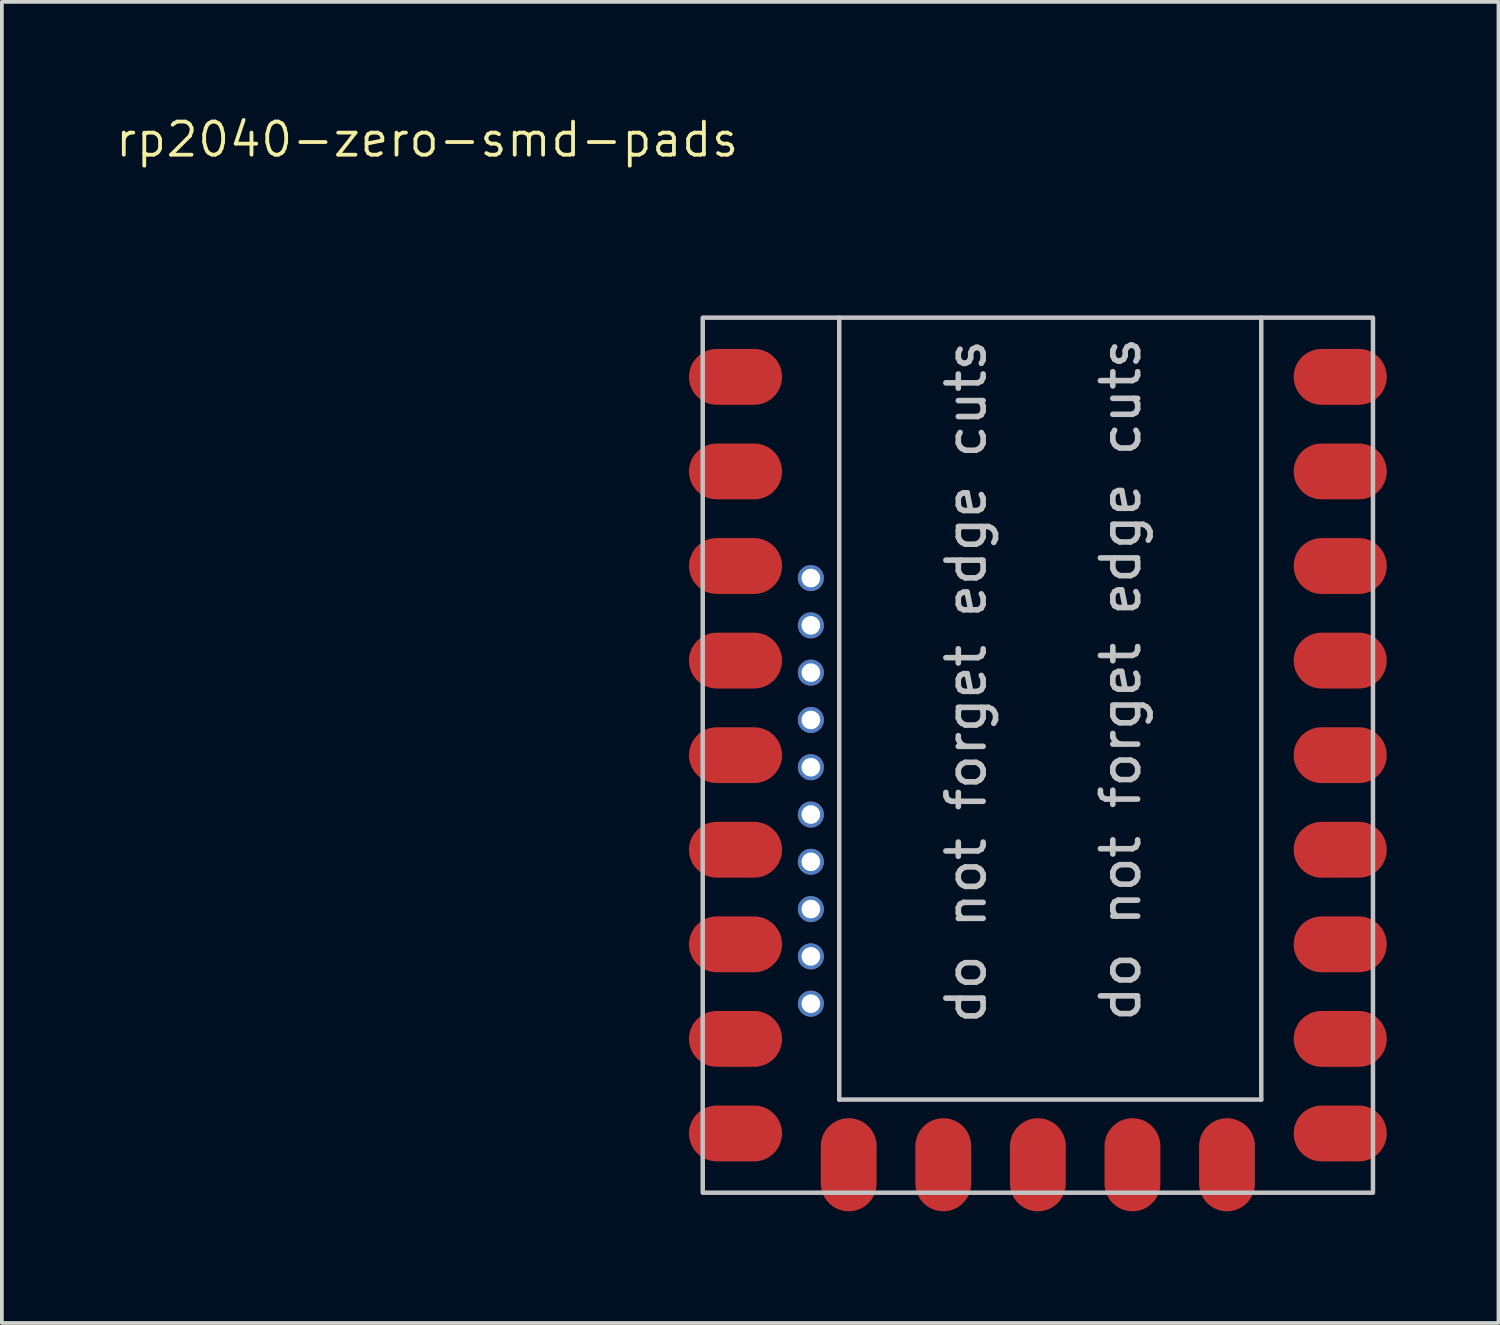
<source format=kicad_pcb>
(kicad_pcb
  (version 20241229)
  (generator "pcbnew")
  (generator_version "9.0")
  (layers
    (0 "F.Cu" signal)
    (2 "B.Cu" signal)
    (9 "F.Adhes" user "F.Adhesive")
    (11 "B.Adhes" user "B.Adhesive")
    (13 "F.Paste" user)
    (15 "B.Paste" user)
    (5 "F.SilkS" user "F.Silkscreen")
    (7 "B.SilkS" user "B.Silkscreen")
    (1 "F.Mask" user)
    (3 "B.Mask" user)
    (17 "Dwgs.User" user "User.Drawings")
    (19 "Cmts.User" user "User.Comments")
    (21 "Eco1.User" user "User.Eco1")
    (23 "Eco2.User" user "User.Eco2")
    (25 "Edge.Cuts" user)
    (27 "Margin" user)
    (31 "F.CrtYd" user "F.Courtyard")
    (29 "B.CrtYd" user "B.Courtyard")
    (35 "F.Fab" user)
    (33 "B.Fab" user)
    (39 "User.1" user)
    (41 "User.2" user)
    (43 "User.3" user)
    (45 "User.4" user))
  (footprint "rp2040-zero-smd-pads"
    (layer "F.Cu")
    (at 24.823 17.231)
    (property "Reference" "rp2040-zero-smd-pads" (at -16.399 -16.533 0) (layer "F.SilkS") (effects (font (size 0.889 0.889) (thickness 0.102))))
    (attr smd exclude_from_pos_files)
    (fp_line (start -5.334 -11.75) (end -5.334 9.25) (stroke (width 0.12) (type solid)) (layer "Dwgs.User"))
    (fp_line (start -5.334 9.25) (end 6 9.25) (stroke (width 0.12) (type solid)) (layer "Dwgs.User"))
    (fp_line (start 6 9.25) (end 6 -11.75) (stroke (width 0.12) (type solid)) (layer "Dwgs.User"))
    (fp_rect (start -9 -11.75) (end 9 11.75) (stroke (width 0.12) (type solid)) (fill no) (layer "Dwgs.User"))
    (fp_text user "do not forget edge cuts" (at 2.81 7.23 90) (unlocked yes) (layer "Dwgs.User") (effects (font (size 1 1) (thickness 0.15)) (justify left bottom)))
    (fp_text user "do not forget edge cuts" (at -1.34 7.29 90) (unlocked yes) (layer "Dwgs.User") (effects (font (size 1 1) (thickness 0.15)) (justify left bottom)))
    (pad "1" smd oval (at 7.62 -10.16 180) (size 2.5 1.5) (drill (offset -0.5 0)) (layers "F.Cu" "F.Mask" "F.Paste"))
    (pad "2" smd oval (at 7.62 -7.62 180) (size 2.5 1.5) (drill (offset -0.5 0)) (layers "F.Cu" "F.Mask" "F.Paste"))
    (pad "3" smd oval (at 7.62 -5.08 180) (size 2.5 1.5) (drill (offset -0.5 0)) (layers "F.Cu" "F.Mask" "F.Paste"))
    (pad "4" smd oval (at 7.62 -2.54 180) (size 2.5 1.5) (drill (offset -0.5 0)) (layers "F.Cu" "F.Mask" "F.Paste"))
    (pad "5" smd oval (at 7.62 0 180) (size 2.5 1.5) (drill (offset -0.5 0)) (layers "F.Cu" "F.Mask" "F.Paste"))
    (pad "6" smd oval (at 7.62 2.54 180) (size 2.5 1.5) (drill (offset -0.5 0)) (layers "F.Cu" "F.Mask" "F.Paste"))
    (pad "7" smd oval (at 7.62 5.08 180) (size 2.5 1.5) (drill (offset -0.5 0)) (layers "F.Cu" "F.Mask" "F.Paste"))
    (pad "8" smd oval (at 7.62 7.62 180) (size 2.5 1.5) (drill (offset -0.5 0)) (layers "F.Cu" "F.Mask" "F.Paste"))
    (pad "9" smd oval (at 7.62 10.16 180) (size 2.5 1.5) (drill (offset -0.5 0)) (layers "F.Cu" "F.Mask" "F.Paste"))
    (pad "10" smd oval (at 5.08 10.5 90) (size 2.5 1.5) (drill (offset -0.5 0)) (layers "F.Cu" "F.Mask" "F.Paste"))
    (pad "11" smd oval (at 2.54 10.5 90) (size 2.5 1.5) (drill (offset -0.5 0)) (layers "F.Cu" "F.Mask" "F.Paste"))
    (pad "12" smd oval (at 0 10.5 90) (size 2.5 1.5) (drill (offset -0.5 0)) (layers "F.Cu" "F.Mask" "F.Paste"))
    (pad "13" smd oval (at -2.54 10.5 90) (size 2.5 1.5) (drill (offset -0.5 0)) (layers "F.Cu" "F.Mask" "F.Paste"))
    (pad "14" smd oval (at -5.08 10.5 90) (size 2.5 1.5) (drill (offset -0.5 0)) (layers "F.Cu" "F.Mask" "F.Paste"))
    (pad "15" smd oval (at -7.62 10.16) (size 2.5 1.5) (drill (offset -0.5 0)) (layers "F.Cu" "F.Mask" "F.Paste"))
    (pad "16" smd oval (at -7.62 7.62) (size 2.5 1.5) (drill (offset -0.5 0)) (layers "F.Cu" "F.Mask" "F.Paste"))
    (pad "17" smd oval (at -7.62 5.08) (size 2.5 1.5) (drill (offset -0.5 0)) (layers "F.Cu" "F.Mask" "F.Paste"))
    (pad "18" smd oval (at -7.62 2.54) (size 2.5 1.5) (drill (offset -0.5 0)) (layers "F.Cu" "F.Mask" "F.Paste"))
    (pad "19" smd oval (at -7.62 0) (size 2.5 1.5) (drill (offset -0.5 0)) (layers "F.Cu" "F.Mask" "F.Paste"))
    (pad "20" smd oval (at -7.62 -2.54) (size 2.5 1.5) (drill (offset -0.5 0)) (layers "F.Cu" "F.Mask" "F.Paste"))
    (pad "21" smd oval (at -7.62 -5.08) (size 2.5 1.5) (drill (offset -0.5 0)) (layers "F.Cu" "F.Mask" "F.Paste"))
    (pad "22" smd oval (at -7.62 -7.62) (size 2.5 1.5) (drill (offset -0.5 0)) (layers "F.Cu" "F.Mask" "F.Paste"))
    (pad "23" smd oval (at -7.62 -10.16) (size 2.5 1.5) (drill (offset -0.5 0)) (layers "F.Cu" "F.Mask" "F.Paste"))
    (pad "24" thru_hole circle (at -6.096 6.674) (size 0.7 0.7) (drill 0.5) (layers "*.Cu" "*.Mask"))
    (pad "25" thru_hole circle (at -6.096 5.404) (size 0.7 0.7) (drill 0.5) (layers "*.Cu" "*.Mask"))
    (pad "26" thru_hole circle (at -6.096 4.134) (size 0.7 0.7) (drill 0.5) (layers "*.Cu" "*.Mask"))
    (pad "27" thru_hole circle (at -6.096 2.864) (size 0.7 0.7) (drill 0.5) (layers "*.Cu" "*.Mask"))
    (pad "28" thru_hole circle (at -6.096 1.594) (size 0.7 0.7) (drill 0.5) (layers "*.Cu" "*.Mask"))
    (pad "29" thru_hole circle (at -6.096 0.324) (size 0.7 0.7) (drill 0.5) (layers "*.Cu" "*.Mask"))
    (pad "30" thru_hole circle (at -6.096 -0.946) (size 0.7 0.7) (drill 0.5) (layers "*.Cu" "*.Mask"))
    (pad "31" thru_hole circle (at -6.096 -2.216) (size 0.7 0.7) (drill 0.5) (layers "*.Cu" "*.Mask"))
    (pad "32" thru_hole circle (at -6.096 -3.486) (size 0.7 0.7) (drill 0.5) (layers "*.Cu" "*.Mask"))
    (pad "33" thru_hole circle (at -6.096 -4.756) (size 0.7 0.7) (drill 0.5) (layers "*.Cu" "*.Mask")))
  (gr_rect
    (start -3 -3)
    (end 37.193 32.481)
    (stroke (width 0.1) (type default))
    (fill no)
    (layer "Edge.Cuts")))
</source>
